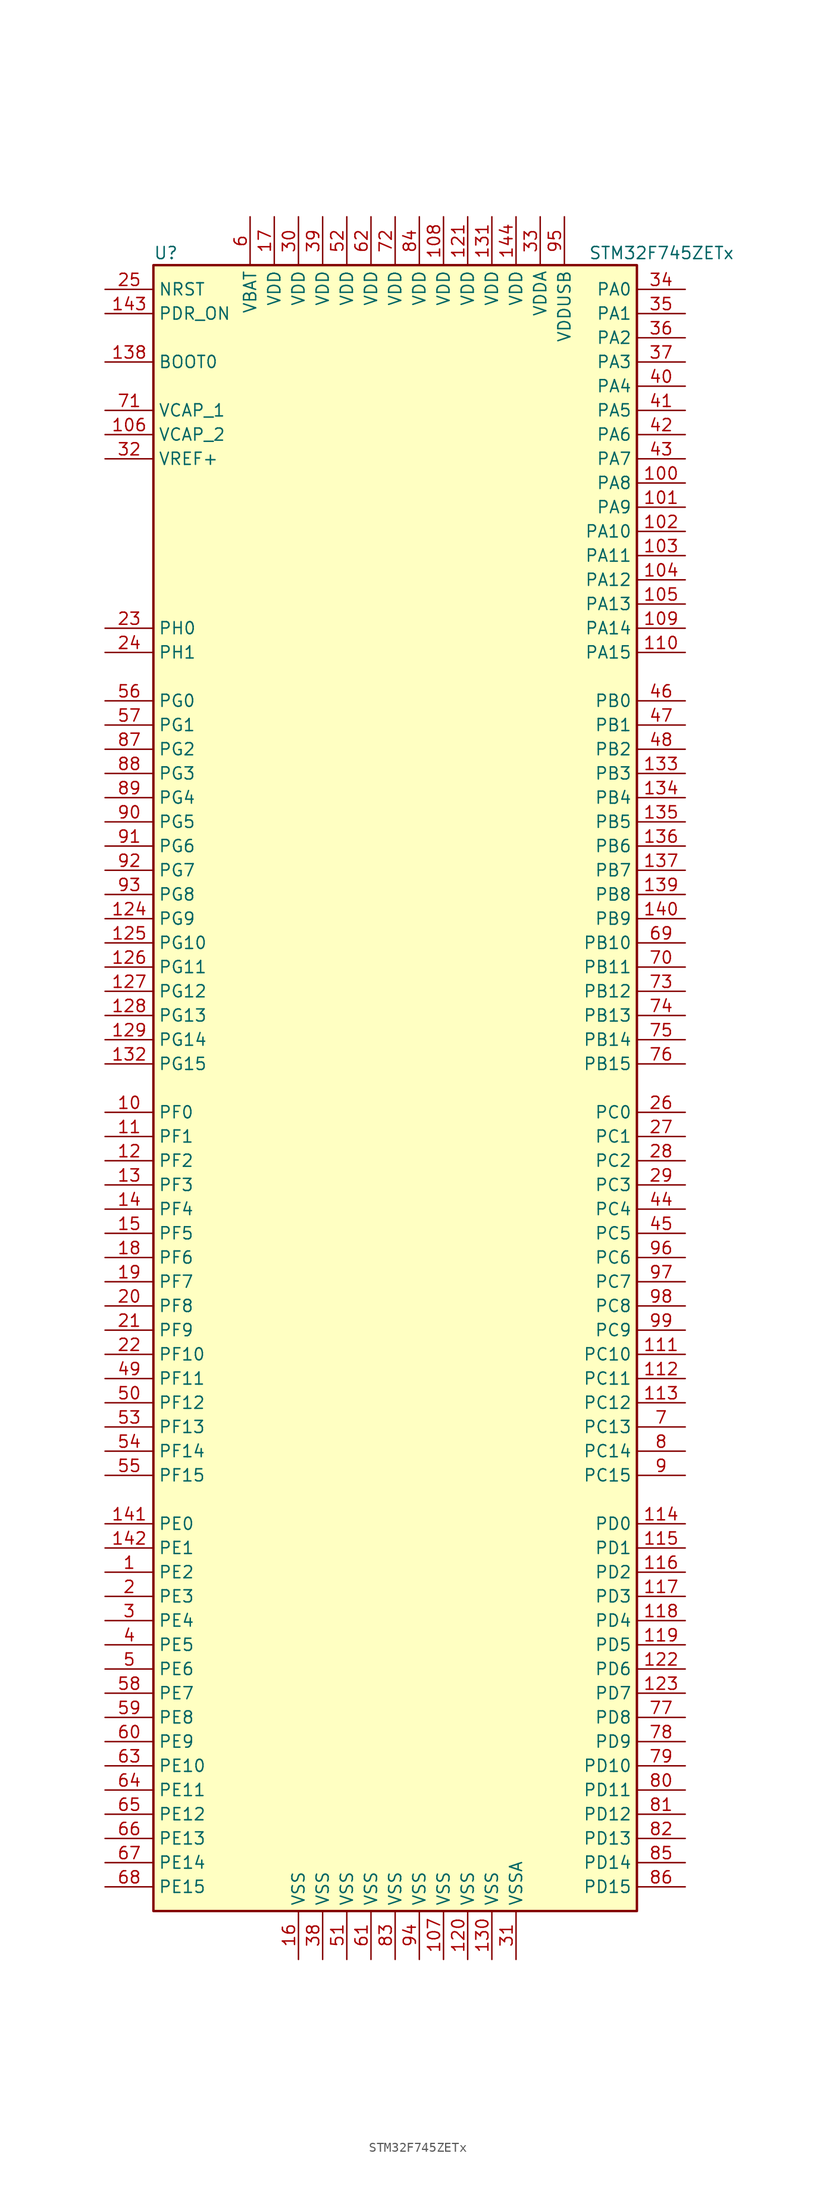
<source format=kicad_sym>
(kicad_symbol_lib
  (version 20211014)
  (generator kicad_symbol_editor)
  (symbol "STM32F745ZETx"
    (property "Reference" "U"
      (at -25.4 87.63 0)
      (effects (font (size 1.27 1.27)) (justify left)))
    (property "Value" "STM32F745ZETx"
      (at 20.32 87.63 0)
      (effects (font (size 1.27 1.27)) (justify left)))
    (symbol "STM32F745ZETx_0_1"
      (rectangle (start -25.4 -86.36) (end 25.4 86.36) (stroke (width 0.254) (type default) (color 0 0 0 0)) (fill (type background))))
    (symbol "STM32F745ZETx_1_1"
      (pin bidirectional line (at -30.48 -50.8 0) (length 5.08) (name "PE2" (effects (font (size 1.27 1.27)))) (number "1" (effects (font (size 1.27 1.27)))))
      (pin bidirectional line (at -30.48 -2.54 0) (length 5.08) (name "PF0" (effects (font (size 1.27 1.27)))) (number "10" (effects (font (size 1.27 1.27)))))
      (pin bidirectional line (at 30.48 63.5 180) (length 5.08) (name "PA8" (effects (font (size 1.27 1.27)))) (number "100" (effects (font (size 1.27 1.27)))))
      (pin bidirectional line (at 30.48 60.96 180) (length 5.08) (name "PA9" (effects (font (size 1.27 1.27)))) (number "101" (effects (font (size 1.27 1.27)))))
      (pin bidirectional line (at 30.48 58.42 180) (length 5.08) (name "PA10" (effects (font (size 1.27 1.27)))) (number "102" (effects (font (size 1.27 1.27)))))
      (pin bidirectional line (at 30.48 55.88 180) (length 5.08) (name "PA11" (effects (font (size 1.27 1.27)))) (number "103" (effects (font (size 1.27 1.27)))))
      (pin bidirectional line (at 30.48 53.34 180) (length 5.08) (name "PA12" (effects (font (size 1.27 1.27)))) (number "104" (effects (font (size 1.27 1.27)))))
      (pin bidirectional line (at 30.48 50.8 180) (length 5.08) (name "PA13" (effects (font (size 1.27 1.27)))) (number "105" (effects (font (size 1.27 1.27)))))
      (pin power_in line (at -30.48 68.58 0) (length 5.08) (name "VCAP_2" (effects (font (size 1.27 1.27)))) (number "106" (effects (font (size 1.27 1.27)))))
      (pin power_in line (at 5.08 -91.44 90) (length 5.08) (name "VSS" (effects (font (size 1.27 1.27)))) (number "107" (effects (font (size 1.27 1.27)))))
      (pin power_in line (at 5.08 91.44 270) (length 5.08) (name "VDD" (effects (font (size 1.27 1.27)))) (number "108" (effects (font (size 1.27 1.27)))))
      (pin bidirectional line (at 30.48 48.26 180) (length 5.08) (name "PA14" (effects (font (size 1.27 1.27)))) (number "109" (effects (font (size 1.27 1.27)))))
      (pin bidirectional line (at -30.48 -5.08 0) (length 5.08) (name "PF1" (effects (font (size 1.27 1.27)))) (number "11" (effects (font (size 1.27 1.27)))))
      (pin bidirectional line (at 30.48 45.72 180) (length 5.08) (name "PA15" (effects (font (size 1.27 1.27)))) (number "110" (effects (font (size 1.27 1.27)))))
      (pin bidirectional line (at 30.48 -27.94 180) (length 5.08) (name "PC10" (effects (font (size 1.27 1.27)))) (number "111" (effects (font (size 1.27 1.27)))))
      (pin bidirectional line (at 30.48 -30.48 180) (length 5.08) (name "PC11" (effects (font (size 1.27 1.27)))) (number "112" (effects (font (size 1.27 1.27)))))
      (pin bidirectional line (at 30.48 -33.02 180) (length 5.08) (name "PC12" (effects (font (size 1.27 1.27)))) (number "113" (effects (font (size 1.27 1.27)))))
      (pin bidirectional line (at 30.48 -45.72 180) (length 5.08) (name "PD0" (effects (font (size 1.27 1.27)))) (number "114" (effects (font (size 1.27 1.27)))))
      (pin bidirectional line (at 30.48 -48.26 180) (length 5.08) (name "PD1" (effects (font (size 1.27 1.27)))) (number "115" (effects (font (size 1.27 1.27)))))
      (pin bidirectional line (at 30.48 -50.8 180) (length 5.08) (name "PD2" (effects (font (size 1.27 1.27)))) (number "116" (effects (font (size 1.27 1.27)))))
      (pin bidirectional line (at 30.48 -53.34 180) (length 5.08) (name "PD3" (effects (font (size 1.27 1.27)))) (number "117" (effects (font (size 1.27 1.27)))))
      (pin bidirectional line (at 30.48 -55.88 180) (length 5.08) (name "PD4" (effects (font (size 1.27 1.27)))) (number "118" (effects (font (size 1.27 1.27)))))
      (pin bidirectional line (at 30.48 -58.42 180) (length 5.08) (name "PD5" (effects (font (size 1.27 1.27)))) (number "119" (effects (font (size 1.27 1.27)))))
      (pin bidirectional line (at -30.48 -7.62 0) (length 5.08) (name "PF2" (effects (font (size 1.27 1.27)))) (number "12" (effects (font (size 1.27 1.27)))))
      (pin power_in line (at 7.62 -91.44 90) (length 5.08) (name "VSS" (effects (font (size 1.27 1.27)))) (number "120" (effects (font (size 1.27 1.27)))))
      (pin power_in line (at 7.62 91.44 270) (length 5.08) (name "VDD" (effects (font (size 1.27 1.27)))) (number "121" (effects (font (size 1.27 1.27)))))
      (pin bidirectional line (at 30.48 -60.96 180) (length 5.08) (name "PD6" (effects (font (size 1.27 1.27)))) (number "122" (effects (font (size 1.27 1.27)))))
      (pin bidirectional line (at 30.48 -63.5 180) (length 5.08) (name "PD7" (effects (font (size 1.27 1.27)))) (number "123" (effects (font (size 1.27 1.27)))))
      (pin bidirectional line (at -30.48 17.78 0) (length 5.08) (name "PG9" (effects (font (size 1.27 1.27)))) (number "124" (effects (font (size 1.27 1.27)))))
      (pin bidirectional line (at -30.48 15.24 0) (length 5.08) (name "PG10" (effects (font (size 1.27 1.27)))) (number "125" (effects (font (size 1.27 1.27)))))
      (pin bidirectional line (at -30.48 12.7 0) (length 5.08) (name "PG11" (effects (font (size 1.27 1.27)))) (number "126" (effects (font (size 1.27 1.27)))))
      (pin bidirectional line (at -30.48 10.16 0) (length 5.08) (name "PG12" (effects (font (size 1.27 1.27)))) (number "127" (effects (font (size 1.27 1.27)))))
      (pin bidirectional line (at -30.48 7.62 0) (length 5.08) (name "PG13" (effects (font (size 1.27 1.27)))) (number "128" (effects (font (size 1.27 1.27)))))
      (pin bidirectional line (at -30.48 5.08 0) (length 5.08) (name "PG14" (effects (font (size 1.27 1.27)))) (number "129" (effects (font (size 1.27 1.27)))))
      (pin bidirectional line (at -30.48 -10.16 0) (length 5.08) (name "PF3" (effects (font (size 1.27 1.27)))) (number "13" (effects (font (size 1.27 1.27)))))
      (pin power_in line (at 10.16 -91.44 90) (length 5.08) (name "VSS" (effects (font (size 1.27 1.27)))) (number "130" (effects (font (size 1.27 1.27)))))
      (pin power_in line (at 10.16 91.44 270) (length 5.08) (name "VDD" (effects (font (size 1.27 1.27)))) (number "131" (effects (font (size 1.27 1.27)))))
      (pin bidirectional line (at -30.48 2.54 0) (length 5.08) (name "PG15" (effects (font (size 1.27 1.27)))) (number "132" (effects (font (size 1.27 1.27)))))
      (pin bidirectional line (at 30.48 33.02 180) (length 5.08) (name "PB3" (effects (font (size 1.27 1.27)))) (number "133" (effects (font (size 1.27 1.27)))))
      (pin bidirectional line (at 30.48 30.48 180) (length 5.08) (name "PB4" (effects (font (size 1.27 1.27)))) (number "134" (effects (font (size 1.27 1.27)))))
      (pin bidirectional line (at 30.48 27.94 180) (length 5.08) (name "PB5" (effects (font (size 1.27 1.27)))) (number "135" (effects (font (size 1.27 1.27)))))
      (pin bidirectional line (at 30.48 25.4 180) (length 5.08) (name "PB6" (effects (font (size 1.27 1.27)))) (number "136" (effects (font (size 1.27 1.27)))))
      (pin bidirectional line (at 30.48 22.86 180) (length 5.08) (name "PB7" (effects (font (size 1.27 1.27)))) (number "137" (effects (font (size 1.27 1.27)))))
      (pin input line (at -30.48 76.2 0) (length 5.08) (name "BOOT0" (effects (font (size 1.27 1.27)))) (number "138" (effects (font (size 1.27 1.27)))))
      (pin bidirectional line (at 30.48 20.32 180) (length 5.08) (name "PB8" (effects (font (size 1.27 1.27)))) (number "139" (effects (font (size 1.27 1.27)))))
      (pin bidirectional line (at -30.48 -12.7 0) (length 5.08) (name "PF4" (effects (font (size 1.27 1.27)))) (number "14" (effects (font (size 1.27 1.27)))))
      (pin bidirectional line (at 30.48 17.78 180) (length 5.08) (name "PB9" (effects (font (size 1.27 1.27)))) (number "140" (effects (font (size 1.27 1.27)))))
      (pin bidirectional line (at -30.48 -45.72 0) (length 5.08) (name "PE0" (effects (font (size 1.27 1.27)))) (number "141" (effects (font (size 1.27 1.27)))))
      (pin bidirectional line (at -30.48 -48.26 0) (length 5.08) (name "PE1" (effects (font (size 1.27 1.27)))) (number "142" (effects (font (size 1.27 1.27)))))
      (pin input line (at -30.48 81.28 0) (length 5.08) (name "PDR_ON" (effects (font (size 1.27 1.27)))) (number "143" (effects (font (size 1.27 1.27)))))
      (pin power_in line (at 12.7 91.44 270) (length 5.08) (name "VDD" (effects (font (size 1.27 1.27)))) (number "144" (effects (font (size 1.27 1.27)))))
      (pin bidirectional line (at -30.48 -15.24 0) (length 5.08) (name "PF5" (effects (font (size 1.27 1.27)))) (number "15" (effects (font (size 1.27 1.27)))))
      (pin power_in line (at -10.16 -91.44 90) (length 5.08) (name "VSS" (effects (font (size 1.27 1.27)))) (number "16" (effects (font (size 1.27 1.27)))))
      (pin power_in line (at -12.7 91.44 270) (length 5.08) (name "VDD" (effects (font (size 1.27 1.27)))) (number "17" (effects (font (size 1.27 1.27)))))
      (pin bidirectional line (at -30.48 -17.78 0) (length 5.08) (name "PF6" (effects (font (size 1.27 1.27)))) (number "18" (effects (font (size 1.27 1.27)))))
      (pin bidirectional line (at -30.48 -20.32 0) (length 5.08) (name "PF7" (effects (font (size 1.27 1.27)))) (number "19" (effects (font (size 1.27 1.27)))))
      (pin bidirectional line (at -30.48 -53.34 0) (length 5.08) (name "PE3" (effects (font (size 1.27 1.27)))) (number "2" (effects (font (size 1.27 1.27)))))
      (pin bidirectional line (at -30.48 -22.86 0) (length 5.08) (name "PF8" (effects (font (size 1.27 1.27)))) (number "20" (effects (font (size 1.27 1.27)))))
      (pin bidirectional line (at -30.48 -25.4 0) (length 5.08) (name "PF9" (effects (font (size 1.27 1.27)))) (number "21" (effects (font (size 1.27 1.27)))))
      (pin bidirectional line (at -30.48 -27.94 0) (length 5.08) (name "PF10" (effects (font (size 1.27 1.27)))) (number "22" (effects (font (size 1.27 1.27)))))
      (pin input line (at -30.48 48.26 0) (length 5.08) (name "PH0" (effects (font (size 1.27 1.27)))) (number "23" (effects (font (size 1.27 1.27)))))
      (pin input line (at -30.48 45.72 0) (length 5.08) (name "PH1" (effects (font (size 1.27 1.27)))) (number "24" (effects (font (size 1.27 1.27)))))
      (pin input line (at -30.48 83.82 0) (length 5.08) (name "NRST" (effects (font (size 1.27 1.27)))) (number "25" (effects (font (size 1.27 1.27)))))
      (pin bidirectional line (at 30.48 -2.54 180) (length 5.08) (name "PC0" (effects (font (size 1.27 1.27)))) (number "26" (effects (font (size 1.27 1.27)))))
      (pin bidirectional line (at 30.48 -5.08 180) (length 5.08) (name "PC1" (effects (font (size 1.27 1.27)))) (number "27" (effects (font (size 1.27 1.27)))))
      (pin bidirectional line (at 30.48 -7.62 180) (length 5.08) (name "PC2" (effects (font (size 1.27 1.27)))) (number "28" (effects (font (size 1.27 1.27)))))
      (pin bidirectional line (at 30.48 -10.16 180) (length 5.08) (name "PC3" (effects (font (size 1.27 1.27)))) (number "29" (effects (font (size 1.27 1.27)))))
      (pin bidirectional line (at -30.48 -55.88 0) (length 5.08) (name "PE4" (effects (font (size 1.27 1.27)))) (number "3" (effects (font (size 1.27 1.27)))))
      (pin power_in line (at -10.16 91.44 270) (length 5.08) (name "VDD" (effects (font (size 1.27 1.27)))) (number "30" (effects (font (size 1.27 1.27)))))
      (pin power_in line (at 12.7 -91.44 90) (length 5.08) (name "VSSA" (effects (font (size 1.27 1.27)))) (number "31" (effects (font (size 1.27 1.27)))))
      (pin power_in line (at -30.48 66.04 0) (length 5.08) (name "VREF+" (effects (font (size 1.27 1.27)))) (number "32" (effects (font (size 1.27 1.27)))))
      (pin power_in line (at 15.24 91.44 270) (length 5.08) (name "VDDA" (effects (font (size 1.27 1.27)))) (number "33" (effects (font (size 1.27 1.27)))))
      (pin bidirectional line (at 30.48 83.82 180) (length 5.08) (name "PA0" (effects (font (size 1.27 1.27)))) (number "34" (effects (font (size 1.27 1.27)))))
      (pin bidirectional line (at 30.48 81.28 180) (length 5.08) (name "PA1" (effects (font (size 1.27 1.27)))) (number "35" (effects (font (size 1.27 1.27)))))
      (pin bidirectional line (at 30.48 78.74 180) (length 5.08) (name "PA2" (effects (font (size 1.27 1.27)))) (number "36" (effects (font (size 1.27 1.27)))))
      (pin bidirectional line (at 30.48 76.2 180) (length 5.08) (name "PA3" (effects (font (size 1.27 1.27)))) (number "37" (effects (font (size 1.27 1.27)))))
      (pin power_in line (at -7.62 -91.44 90) (length 5.08) (name "VSS" (effects (font (size 1.27 1.27)))) (number "38" (effects (font (size 1.27 1.27)))))
      (pin power_in line (at -7.62 91.44 270) (length 5.08) (name "VDD" (effects (font (size 1.27 1.27)))) (number "39" (effects (font (size 1.27 1.27)))))
      (pin bidirectional line (at -30.48 -58.42 0) (length 5.08) (name "PE5" (effects (font (size 1.27 1.27)))) (number "4" (effects (font (size 1.27 1.27)))))
      (pin bidirectional line (at 30.48 73.66 180) (length 5.08) (name "PA4" (effects (font (size 1.27 1.27)))) (number "40" (effects (font (size 1.27 1.27)))))
      (pin bidirectional line (at 30.48 71.12 180) (length 5.08) (name "PA5" (effects (font (size 1.27 1.27)))) (number "41" (effects (font (size 1.27 1.27)))))
      (pin bidirectional line (at 30.48 68.58 180) (length 5.08) (name "PA6" (effects (font (size 1.27 1.27)))) (number "42" (effects (font (size 1.27 1.27)))))
      (pin bidirectional line (at 30.48 66.04 180) (length 5.08) (name "PA7" (effects (font (size 1.27 1.27)))) (number "43" (effects (font (size 1.27 1.27)))))
      (pin bidirectional line (at 30.48 -12.7 180) (length 5.08) (name "PC4" (effects (font (size 1.27 1.27)))) (number "44" (effects (font (size 1.27 1.27)))))
      (pin bidirectional line (at 30.48 -15.24 180) (length 5.08) (name "PC5" (effects (font (size 1.27 1.27)))) (number "45" (effects (font (size 1.27 1.27)))))
      (pin bidirectional line (at 30.48 40.64 180) (length 5.08) (name "PB0" (effects (font (size 1.27 1.27)))) (number "46" (effects (font (size 1.27 1.27)))))
      (pin bidirectional line (at 30.48 38.1 180) (length 5.08) (name "PB1" (effects (font (size 1.27 1.27)))) (number "47" (effects (font (size 1.27 1.27)))))
      (pin bidirectional line (at 30.48 35.56 180) (length 5.08) (name "PB2" (effects (font (size 1.27 1.27)))) (number "48" (effects (font (size 1.27 1.27)))))
      (pin bidirectional line (at -30.48 -30.48 0) (length 5.08) (name "PF11" (effects (font (size 1.27 1.27)))) (number "49" (effects (font (size 1.27 1.27)))))
      (pin bidirectional line (at -30.48 -60.96 0) (length 5.08) (name "PE6" (effects (font (size 1.27 1.27)))) (number "5" (effects (font (size 1.27 1.27)))))
      (pin bidirectional line (at -30.48 -33.02 0) (length 5.08) (name "PF12" (effects (font (size 1.27 1.27)))) (number "50" (effects (font (size 1.27 1.27)))))
      (pin power_in line (at -5.08 -91.44 90) (length 5.08) (name "VSS" (effects (font (size 1.27 1.27)))) (number "51" (effects (font (size 1.27 1.27)))))
      (pin power_in line (at -5.08 91.44 270) (length 5.08) (name "VDD" (effects (font (size 1.27 1.27)))) (number "52" (effects (font (size 1.27 1.27)))))
      (pin bidirectional line (at -30.48 -35.56 0) (length 5.08) (name "PF13" (effects (font (size 1.27 1.27)))) (number "53" (effects (font (size 1.27 1.27)))))
      (pin bidirectional line (at -30.48 -38.1 0) (length 5.08) (name "PF14" (effects (font (size 1.27 1.27)))) (number "54" (effects (font (size 1.27 1.27)))))
      (pin bidirectional line (at -30.48 -40.64 0) (length 5.08) (name "PF15" (effects (font (size 1.27 1.27)))) (number "55" (effects (font (size 1.27 1.27)))))
      (pin bidirectional line (at -30.48 40.64 0) (length 5.08) (name "PG0" (effects (font (size 1.27 1.27)))) (number "56" (effects (font (size 1.27 1.27)))))
      (pin bidirectional line (at -30.48 38.1 0) (length 5.08) (name "PG1" (effects (font (size 1.27 1.27)))) (number "57" (effects (font (size 1.27 1.27)))))
      (pin bidirectional line (at -30.48 -63.5 0) (length 5.08) (name "PE7" (effects (font (size 1.27 1.27)))) (number "58" (effects (font (size 1.27 1.27)))))
      (pin bidirectional line (at -30.48 -66.04 0) (length 5.08) (name "PE8" (effects (font (size 1.27 1.27)))) (number "59" (effects (font (size 1.27 1.27)))))
      (pin power_in line (at -15.24 91.44 270) (length 5.08) (name "VBAT" (effects (font (size 1.27 1.27)))) (number "6" (effects (font (size 1.27 1.27)))))
      (pin bidirectional line (at -30.48 -68.58 0) (length 5.08) (name "PE9" (effects (font (size 1.27 1.27)))) (number "60" (effects (font (size 1.27 1.27)))))
      (pin power_in line (at -2.54 -91.44 90) (length 5.08) (name "VSS" (effects (font (size 1.27 1.27)))) (number "61" (effects (font (size 1.27 1.27)))))
      (pin power_in line (at -2.54 91.44 270) (length 5.08) (name "VDD" (effects (font (size 1.27 1.27)))) (number "62" (effects (font (size 1.27 1.27)))))
      (pin bidirectional line (at -30.48 -71.12 0) (length 5.08) (name "PE10" (effects (font (size 1.27 1.27)))) (number "63" (effects (font (size 1.27 1.27)))))
      (pin bidirectional line (at -30.48 -73.66 0) (length 5.08) (name "PE11" (effects (font (size 1.27 1.27)))) (number "64" (effects (font (size 1.27 1.27)))))
      (pin bidirectional line (at -30.48 -76.2 0) (length 5.08) (name "PE12" (effects (font (size 1.27 1.27)))) (number "65" (effects (font (size 1.27 1.27)))))
      (pin bidirectional line (at -30.48 -78.74 0) (length 5.08) (name "PE13" (effects (font (size 1.27 1.27)))) (number "66" (effects (font (size 1.27 1.27)))))
      (pin bidirectional line (at -30.48 -81.28 0) (length 5.08) (name "PE14" (effects (font (size 1.27 1.27)))) (number "67" (effects (font (size 1.27 1.27)))))
      (pin bidirectional line (at -30.48 -83.82 0) (length 5.08) (name "PE15" (effects (font (size 1.27 1.27)))) (number "68" (effects (font (size 1.27 1.27)))))
      (pin bidirectional line (at 30.48 15.24 180) (length 5.08) (name "PB10" (effects (font (size 1.27 1.27)))) (number "69" (effects (font (size 1.27 1.27)))))
      (pin bidirectional line (at 30.48 -35.56 180) (length 5.08) (name "PC13" (effects (font (size 1.27 1.27)))) (number "7" (effects (font (size 1.27 1.27)))))
      (pin bidirectional line (at 30.48 12.7 180) (length 5.08) (name "PB11" (effects (font (size 1.27 1.27)))) (number "70" (effects (font (size 1.27 1.27)))))
      (pin power_in line (at -30.48 71.12 0) (length 5.08) (name "VCAP_1" (effects (font (size 1.27 1.27)))) (number "71" (effects (font (size 1.27 1.27)))))
      (pin power_in line (at 0 91.44 270) (length 5.08) (name "VDD" (effects (font (size 1.27 1.27)))) (number "72" (effects (font (size 1.27 1.27)))))
      (pin bidirectional line (at 30.48 10.16 180) (length 5.08) (name "PB12" (effects (font (size 1.27 1.27)))) (number "73" (effects (font (size 1.27 1.27)))))
      (pin bidirectional line (at 30.48 7.62 180) (length 5.08) (name "PB13" (effects (font (size 1.27 1.27)))) (number "74" (effects (font (size 1.27 1.27)))))
      (pin bidirectional line (at 30.48 5.08 180) (length 5.08) (name "PB14" (effects (font (size 1.27 1.27)))) (number "75" (effects (font (size 1.27 1.27)))))
      (pin bidirectional line (at 30.48 2.54 180) (length 5.08) (name "PB15" (effects (font (size 1.27 1.27)))) (number "76" (effects (font (size 1.27 1.27)))))
      (pin bidirectional line (at 30.48 -66.04 180) (length 5.08) (name "PD8" (effects (font (size 1.27 1.27)))) (number "77" (effects (font (size 1.27 1.27)))))
      (pin bidirectional line (at 30.48 -68.58 180) (length 5.08) (name "PD9" (effects (font (size 1.27 1.27)))) (number "78" (effects (font (size 1.27 1.27)))))
      (pin bidirectional line (at 30.48 -71.12 180) (length 5.08) (name "PD10" (effects (font (size 1.27 1.27)))) (number "79" (effects (font (size 1.27 1.27)))))
      (pin bidirectional line (at 30.48 -38.1 180) (length 5.08) (name "PC14" (effects (font (size 1.27 1.27)))) (number "8" (effects (font (size 1.27 1.27)))))
      (pin bidirectional line (at 30.48 -73.66 180) (length 5.08) (name "PD11" (effects (font (size 1.27 1.27)))) (number "80" (effects (font (size 1.27 1.27)))))
      (pin bidirectional line (at 30.48 -76.2 180) (length 5.08) (name "PD12" (effects (font (size 1.27 1.27)))) (number "81" (effects (font (size 1.27 1.27)))))
      (pin bidirectional line (at 30.48 -78.74 180) (length 5.08) (name "PD13" (effects (font (size 1.27 1.27)))) (number "82" (effects (font (size 1.27 1.27)))))
      (pin power_in line (at 0 -91.44 90) (length 5.08) (name "VSS" (effects (font (size 1.27 1.27)))) (number "83" (effects (font (size 1.27 1.27)))))
      (pin power_in line (at 2.54 91.44 270) (length 5.08) (name "VDD" (effects (font (size 1.27 1.27)))) (number "84" (effects (font (size 1.27 1.27)))))
      (pin bidirectional line (at 30.48 -81.28 180) (length 5.08) (name "PD14" (effects (font (size 1.27 1.27)))) (number "85" (effects (font (size 1.27 1.27)))))
      (pin bidirectional line (at 30.48 -83.82 180) (length 5.08) (name "PD15" (effects (font (size 1.27 1.27)))) (number "86" (effects (font (size 1.27 1.27)))))
      (pin bidirectional line (at -30.48 35.56 0) (length 5.08) (name "PG2" (effects (font (size 1.27 1.27)))) (number "87" (effects (font (size 1.27 1.27)))))
      (pin bidirectional line (at -30.48 33.02 0) (length 5.08) (name "PG3" (effects (font (size 1.27 1.27)))) (number "88" (effects (font (size 1.27 1.27)))))
      (pin bidirectional line (at -30.48 30.48 0) (length 5.08) (name "PG4" (effects (font (size 1.27 1.27)))) (number "89" (effects (font (size 1.27 1.27)))))
      (pin bidirectional line (at 30.48 -40.64 180) (length 5.08) (name "PC15" (effects (font (size 1.27 1.27)))) (number "9" (effects (font (size 1.27 1.27)))))
      (pin bidirectional line (at -30.48 27.94 0) (length 5.08) (name "PG5" (effects (font (size 1.27 1.27)))) (number "90" (effects (font (size 1.27 1.27)))))
      (pin bidirectional line (at -30.48 25.4 0) (length 5.08) (name "PG6" (effects (font (size 1.27 1.27)))) (number "91" (effects (font (size 1.27 1.27)))))
      (pin bidirectional line (at -30.48 22.86 0) (length 5.08) (name "PG7" (effects (font (size 1.27 1.27)))) (number "92" (effects (font (size 1.27 1.27)))))
      (pin bidirectional line (at -30.48 20.32 0) (length 5.08) (name "PG8" (effects (font (size 1.27 1.27)))) (number "93" (effects (font (size 1.27 1.27)))))
      (pin power_in line (at 2.54 -91.44 90) (length 5.08) (name "VSS" (effects (font (size 1.27 1.27)))) (number "94" (effects (font (size 1.27 1.27)))))
      (pin power_in line (at 17.78 91.44 270) (length 5.08) (name "VDDUSB" (effects (font (size 1.27 1.27)))) (number "95" (effects (font (size 1.27 1.27)))))
      (pin bidirectional line (at 30.48 -17.78 180) (length 5.08) (name "PC6" (effects (font (size 1.27 1.27)))) (number "96" (effects (font (size 1.27 1.27)))))
      (pin bidirectional line (at 30.48 -20.32 180) (length 5.08) (name "PC7" (effects (font (size 1.27 1.27)))) (number "97" (effects (font (size 1.27 1.27)))))
      (pin bidirectional line (at 30.48 -22.86 180) (length 5.08) (name "PC8" (effects (font (size 1.27 1.27)))) (number "98" (effects (font (size 1.27 1.27)))))
      (pin bidirectional line (at 30.48 -25.4 180) (length 5.08) (name "PC9" (effects (font (size 1.27 1.27)))) (number "99" (effects (font (size 1.27 1.27))))))))
</source>
